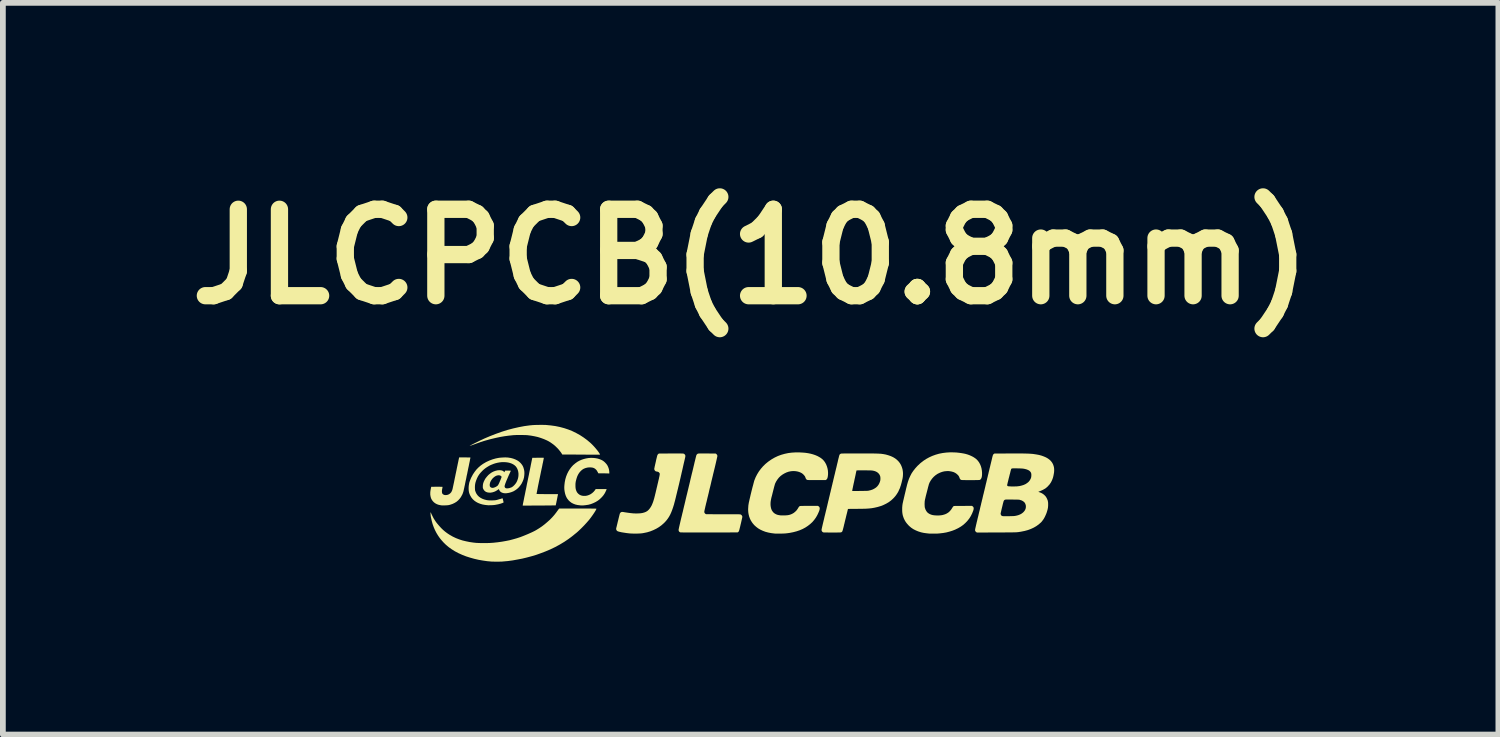
<source format=kicad_pcb>
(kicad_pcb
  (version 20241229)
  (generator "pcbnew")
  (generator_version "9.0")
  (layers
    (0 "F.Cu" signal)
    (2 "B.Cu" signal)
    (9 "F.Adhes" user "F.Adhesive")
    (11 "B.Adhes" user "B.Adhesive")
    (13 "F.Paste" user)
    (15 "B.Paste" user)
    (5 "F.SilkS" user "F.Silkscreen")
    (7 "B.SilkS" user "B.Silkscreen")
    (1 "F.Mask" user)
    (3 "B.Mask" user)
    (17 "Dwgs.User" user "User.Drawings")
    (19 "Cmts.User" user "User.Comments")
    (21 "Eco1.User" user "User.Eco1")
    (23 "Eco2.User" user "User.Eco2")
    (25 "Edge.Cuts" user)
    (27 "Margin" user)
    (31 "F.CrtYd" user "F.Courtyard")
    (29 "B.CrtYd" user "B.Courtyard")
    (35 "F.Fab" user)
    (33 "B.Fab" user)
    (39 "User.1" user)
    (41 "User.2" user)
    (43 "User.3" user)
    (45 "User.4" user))
  (footprint "JLCPCB(10.8mm)"
    (layer "F.Cu")
    (at 9.979 5.404)
    (property "Reference" "JLCPCB(10.8mm)" (at 0 -4 0) (layer "F.SilkS") (effects (font (size 1.5 1.5) (thickness 0.3))))
    (attr board_only exclude_from_pos_files exclude_from_bom)
    (fp_poly (pts (xy -3.647 -0.509) (xy -3.629 -0.509) (xy -3.614 -0.509) (xy -3.602 -0.509) (xy -3.594 -0.508) (xy -3.59 -0.508) (xy -3.59 -0.508) (xy -3.59 -0.504) (xy -3.592 -0.497) (xy -3.594 -0.485) (xy -3.597 -0.469) (xy -3.601 -0.45) (xy -3.605 -0.428) (xy -3.611 -0.403) (xy -3.616 -0.376) (xy -3.622 -0.346) (xy -3.629 -0.315) (xy -3.636 -0.282) (xy -3.643 -0.248) (xy -3.649 -0.218) (xy -3.657 -0.179) (xy -3.665 -0.14) (xy -3.673 -0.103) (xy -3.68 -0.068) (xy -3.687 -0.035) (xy -3.693 -0.005) (xy -3.698 0.023) (xy -3.703 0.048) (xy -3.707 0.07) (xy -3.711 0.088) (xy -3.713 0.102) (xy -3.715 0.112) (xy -3.716 0.118) (xy -3.716 0.12) (xy -3.713 0.12) (xy -3.706 0.12) (xy -3.695 0.12) (xy -3.68 0.121) (xy -3.662 0.121) (xy -3.64 0.121) (xy -3.616 0.121) (xy -3.59 0.122) (xy -3.561 0.122) (xy -3.532 0.122) (xy -3.529 0.122) (xy -3.344 0.123) (xy -3.345 0.129) (xy -3.346 0.133) (xy -3.347 0.141) (xy -3.35 0.153) (xy -3.353 0.168) (xy -3.356 0.185) (xy -3.36 0.204) (xy -3.364 0.225) (xy -3.364 0.226) (xy -3.369 0.247) (xy -3.372 0.265) (xy -3.376 0.282) (xy -3.379 0.296) (xy -3.381 0.307) (xy -3.383 0.314) (xy -3.383 0.318) (xy -3.383 0.318) (xy -3.386 0.318) (xy -3.393 0.318) (xy -3.405 0.318) (xy -3.42 0.318) (xy -3.439 0.318) (xy -3.462 0.319) (xy -3.487 0.319) (xy -3.516 0.319) (xy -3.547 0.319) (xy -3.58 0.32) (xy -3.614 0.32) (xy -3.651 0.32) (xy -3.67 0.32) (xy -3.956 0.322) (xy -3.956 0.316) (xy -3.956 0.312) (xy -3.954 0.303) (xy -3.952 0.292) (xy -3.95 0.278) (xy -3.946 0.263) (xy -3.945 0.257) (xy -3.943 0.247) (xy -3.94 0.232) (xy -3.936 0.213) (xy -3.932 0.191) (xy -3.927 0.166) (xy -3.921 0.139) (xy -3.915 0.109) (xy -3.909 0.078) (xy -3.902 0.045) (xy -3.895 0.012) (xy -3.89 -0.015) (xy -3.883 -0.052) (xy -3.875 -0.089) (xy -3.867 -0.128) (xy -3.859 -0.167) (xy -3.851 -0.205) (xy -3.844 -0.242) (xy -3.837 -0.277) (xy -3.83 -0.31) (xy -3.824 -0.34) (xy -3.819 -0.365) (xy -3.818 -0.372) (xy -3.79 -0.508) (xy -3.69 -0.509) (xy -3.667 -0.509)) (stroke (width 0) (type solid)) (fill yes) (layer "F.SilkS"))
    (fp_poly (pts (xy -3.593 -1.079) (xy -3.57 -1.079) (xy -3.553 -1.078) (xy -3.47 -1.07) (xy -3.39 -1.059) (xy -3.312 -1.043) (xy -3.237 -1.023) (xy -3.165 -0.999) (xy -3.095 -0.971) (xy -3.028 -0.938) (xy -2.963 -0.902) (xy -2.9 -0.861) (xy -2.839 -0.816) (xy -2.781 -0.767) (xy -2.779 -0.765) (xy -2.762 -0.749) (xy -2.744 -0.731) (xy -2.725 -0.711) (xy -2.706 -0.69) (xy -2.687 -0.668) (xy -2.67 -0.647) (xy -2.654 -0.627) (xy -2.64 -0.608) (xy -2.629 -0.591) (xy -2.62 -0.577) (xy -2.619 -0.575) (xy -2.614 -0.564) (xy -2.62 -0.563) (xy -2.624 -0.563) (xy -2.631 -0.563) (xy -2.644 -0.563) (xy -2.66 -0.563) (xy -2.68 -0.563) (xy -2.703 -0.563) (xy -2.73 -0.563) (xy -2.759 -0.563) (xy -2.791 -0.563) (xy -2.825 -0.563) (xy -2.861 -0.563) (xy -2.899 -0.564) (xy -2.938 -0.564) (xy -2.948 -0.564) (xy -3.27 -0.565) (xy -3.278 -0.579) (xy -3.291 -0.599) (xy -3.308 -0.621) (xy -3.326 -0.644) (xy -3.346 -0.667) (xy -3.367 -0.688) (xy -3.387 -0.707) (xy -3.39 -0.711) (xy -3.42 -0.736) (xy -3.45 -0.758) (xy -3.479 -0.778) (xy -3.511 -0.797) (xy -3.539 -0.811) (xy -3.589 -0.833) (xy -3.641 -0.852) (xy -3.695 -0.869) (xy -3.753 -0.882) (xy -3.814 -0.893) (xy -3.878 -0.901) (xy -3.884 -0.901) (xy -3.897 -0.902) (xy -3.914 -0.903) (xy -3.935 -0.903) (xy -3.958 -0.904) (xy -3.982 -0.904) (xy -4.008 -0.904) (xy -4.033 -0.904) (xy -4.057 -0.904) (xy -4.079 -0.903) (xy -4.098 -0.902) (xy -4.114 -0.901) (xy -4.118 -0.901) (xy -4.195 -0.893) (xy -4.27 -0.883) (xy -4.346 -0.87) (xy -4.422 -0.854) (xy -4.501 -0.835) (xy -4.538 -0.826) (xy -4.569 -0.817) (xy -4.598 -0.809) (xy -4.626 -0.801) (xy -4.653 -0.792) (xy -4.682 -0.783) (xy -4.712 -0.772) (xy -4.744 -0.761) (xy -4.779 -0.748) (xy -4.816 -0.735) (xy -4.832 -0.729) (xy -4.847 -0.724) (xy -4.859 -0.72) (xy -4.868 -0.716) (xy -4.874 -0.715) (xy -4.876 -0.714) (xy -4.875 -0.716) (xy -4.871 -0.719) (xy -4.862 -0.724) (xy -4.85 -0.731) (xy -4.836 -0.738) (xy -4.819 -0.747) (xy -4.8 -0.757) (xy -4.779 -0.767) (xy -4.757 -0.778) (xy -4.734 -0.789) (xy -4.711 -0.801) (xy -4.688 -0.812) (xy -4.666 -0.822) (xy -4.644 -0.832) (xy -4.626 -0.841) (xy -4.522 -0.885) (xy -4.419 -0.925) (xy -4.318 -0.961) (xy -4.219 -0.992) (xy -4.121 -1.018) (xy -4.024 -1.04) (xy -3.929 -1.058) (xy -3.834 -1.071) (xy -3.8 -1.074) (xy -3.781 -1.076) (xy -3.758 -1.077) (xy -3.732 -1.078) (xy -3.704 -1.079) (xy -3.675 -1.079) (xy -3.646 -1.08) (xy -3.619 -1.08)) (stroke (width 0) (type solid)) (fill yes) (layer "F.SilkS"))
    (fp_poly (pts (xy -2.733 -0.506) (xy -2.694 -0.502) (xy -2.656 -0.495) (xy -2.621 -0.484) (xy -2.594 -0.473) (xy -2.569 -0.46) (xy -2.548 -0.445) (xy -2.528 -0.427) (xy -2.505 -0.402) (xy -2.486 -0.375) (xy -2.472 -0.345) (xy -2.461 -0.313) (xy -2.455 -0.279) (xy -2.454 -0.265) (xy -2.453 -0.236) (xy -2.525 -0.238) (xy -2.545 -0.238) (xy -2.565 -0.238) (xy -2.583 -0.239) (xy -2.6 -0.239) (xy -2.613 -0.239) (xy -2.622 -0.239) (xy -2.623 -0.239) (xy -2.635 -0.239) (xy -2.643 -0.24) (xy -2.647 -0.241) (xy -2.648 -0.242) (xy -2.649 -0.248) (xy -2.653 -0.257) (xy -2.659 -0.267) (xy -2.665 -0.278) (xy -2.672 -0.289) (xy -2.679 -0.298) (xy -2.683 -0.302) (xy -2.699 -0.317) (xy -2.717 -0.328) (xy -2.737 -0.336) (xy -2.76 -0.34) (xy -2.786 -0.342) (xy -2.802 -0.342) (xy -2.836 -0.338) (xy -2.867 -0.33) (xy -2.897 -0.318) (xy -2.924 -0.301) (xy -2.948 -0.28) (xy -2.971 -0.254) (xy -2.99 -0.226) (xy -3.001 -0.205) (xy -3.012 -0.18) (xy -3.021 -0.153) (xy -3.029 -0.124) (xy -3.036 -0.096) (xy -3.039 -0.074) (xy -3.041 -0.056) (xy -3.041 -0.036) (xy -3.041 -0.015) (xy -3.04 0.005) (xy -3.038 0.023) (xy -3.035 0.039) (xy -3.034 0.042) (xy -3.025 0.069) (xy -3.012 0.093) (xy -2.996 0.112) (xy -2.976 0.129) (xy -2.954 0.141) (xy -2.933 0.148) (xy -2.919 0.151) (xy -2.901 0.153) (xy -2.882 0.153) (xy -2.862 0.152) (xy -2.845 0.149) (xy -2.836 0.147) (xy -2.806 0.137) (xy -2.776 0.122) (xy -2.749 0.103) (xy -2.725 0.081) (xy -2.704 0.056) (xy -2.701 0.051) (xy -2.689 0.034) (xy -2.595 0.034) (xy -2.568 0.034) (xy -2.546 0.034) (xy -2.529 0.034) (xy -2.515 0.035) (xy -2.507 0.035) (xy -2.502 0.036) (xy -2.5 0.036) (xy -2.501 0.041) (xy -2.504 0.048) (xy -2.508 0.058) (xy -2.513 0.069) (xy -2.519 0.081) (xy -2.524 0.092) (xy -2.529 0.101) (xy -2.53 0.104) (xy -2.555 0.142) (xy -2.584 0.176) (xy -2.616 0.207) (xy -2.651 0.235) (xy -2.689 0.258) (xy -2.73 0.278) (xy -2.773 0.295) (xy -2.818 0.307) (xy -2.866 0.314) (xy -2.886 0.316) (xy -2.903 0.318) (xy -2.915 0.318) (xy -2.927 0.319) (xy -2.938 0.318) (xy -2.951 0.318) (xy -2.966 0.316) (xy -3.007 0.311) (xy -3.044 0.302) (xy -3.078 0.289) (xy -3.109 0.273) (xy -3.137 0.252) (xy -3.162 0.228) (xy -3.183 0.201) (xy -3.2 0.172) (xy -3.212 0.143) (xy -3.222 0.11) (xy -3.229 0.075) (xy -3.234 0.038) (xy -3.235 0.001) (xy -3.233 -0.031) (xy -3.227 -0.084) (xy -3.217 -0.135) (xy -3.203 -0.183) (xy -3.185 -0.229) (xy -3.164 -0.271) (xy -3.139 -0.311) (xy -3.111 -0.348) (xy -3.08 -0.382) (xy -3.045 -0.411) (xy -3.008 -0.438) (xy -2.972 -0.458) (xy -2.935 -0.474) (xy -2.896 -0.487) (xy -2.856 -0.497) (xy -2.815 -0.504) (xy -2.774 -0.507)) (stroke (width 0) (type solid)) (fill yes) (layer "F.SilkS"))
    (fp_poly (pts (xy -4.94 -0.515) (xy -4.921 -0.514) (xy -4.903 -0.514) (xy -4.888 -0.514) (xy -4.876 -0.514) (xy -4.868 -0.513) (xy -4.864 -0.513) (xy -4.864 -0.513) (xy -4.864 -0.51) (xy -4.865 -0.503) (xy -4.868 -0.492) (xy -4.871 -0.477) (xy -4.874 -0.459) (xy -4.878 -0.439) (xy -4.883 -0.416) (xy -4.888 -0.391) (xy -4.893 -0.365) (xy -4.899 -0.338) (xy -4.905 -0.31) (xy -4.91 -0.283) (xy -4.916 -0.255) (xy -4.921 -0.228) (xy -4.927 -0.203) (xy -4.932 -0.179) (xy -4.936 -0.156) (xy -4.938 -0.147) (xy -4.943 -0.123) (xy -4.949 -0.097) (xy -4.954 -0.071) (xy -4.959 -0.045) (xy -4.964 -0.022) (xy -4.969 -0.001) (xy -4.97 0.007) (xy -4.976 0.032) (xy -4.98 0.052) (xy -4.984 0.069) (xy -4.988 0.084) (xy -4.993 0.098) (xy -4.997 0.11) (xy -5.002 0.122) (xy -5.008 0.135) (xy -5.01 0.138) (xy -5.029 0.173) (xy -5.052 0.204) (xy -5.078 0.232) (xy -5.107 0.256) (xy -5.14 0.276) (xy -5.176 0.293) (xy -5.215 0.306) (xy -5.237 0.312) (xy -5.251 0.314) (xy -5.269 0.316) (xy -5.29 0.317) (xy -5.311 0.318) (xy -5.333 0.318) (xy -5.353 0.318) (xy -5.37 0.317) (xy -5.381 0.315) (xy -5.415 0.308) (xy -5.446 0.297) (xy -5.474 0.282) (xy -5.498 0.264) (xy -5.518 0.243) (xy -5.535 0.219) (xy -5.548 0.193) (xy -5.556 0.163) (xy -5.561 0.132) (xy -5.561 0.098) (xy -5.56 0.083) (xy -5.558 0.066) (xy -5.555 0.048) (xy -5.552 0.033) (xy -5.55 0.02) (xy -5.547 0.009) (xy -5.546 0.001) (xy -5.545 -0.004) (xy -5.545 -0.005) (xy -5.542 -0.005) (xy -5.536 -0.005) (xy -5.525 -0.005) (xy -5.511 -0.005) (xy -5.494 -0.005) (xy -5.475 -0.006) (xy -5.454 -0.006) (xy -5.446 -0.006) (xy -5.422 -0.006) (xy -5.402 -0.006) (xy -5.386 -0.005) (xy -5.373 -0.005) (xy -5.364 -0.005) (xy -5.357 -0.005) (xy -5.353 -0.004) (xy -5.35 -0.004) (xy -5.349 -0.003) (xy -5.348 -0.002) (xy -5.348 -0.001) (xy -5.349 0.004) (xy -5.35 0.012) (xy -5.352 0.022) (xy -5.353 0.028) (xy -5.357 0.049) (xy -5.359 0.069) (xy -5.358 0.086) (xy -5.356 0.101) (xy -5.354 0.108) (xy -5.346 0.12) (xy -5.334 0.129) (xy -5.319 0.136) (xy -5.301 0.139) (xy -5.282 0.138) (xy -5.276 0.138) (xy -5.252 0.132) (xy -5.232 0.122) (xy -5.214 0.108) (xy -5.199 0.091) (xy -5.197 0.089) (xy -5.192 0.079) (xy -5.187 0.07) (xy -5.183 0.06) (xy -5.179 0.049) (xy -5.175 0.036) (xy -5.171 0.019) (xy -5.167 -0.002) (xy -5.166 -0.004) (xy -5.164 -0.016) (xy -5.16 -0.033) (xy -5.156 -0.053) (xy -5.151 -0.075) (xy -5.146 -0.099) (xy -5.141 -0.124) (xy -5.136 -0.15) (xy -5.133 -0.164) (xy -5.127 -0.192) (xy -5.121 -0.223) (xy -5.114 -0.255) (xy -5.107 -0.288) (xy -5.101 -0.319) (xy -5.095 -0.349) (xy -5.089 -0.375) (xy -5.089 -0.378) (xy -5.083 -0.406) (xy -5.078 -0.429) (xy -5.074 -0.448) (xy -5.071 -0.464) (xy -5.068 -0.477) (xy -5.066 -0.487) (xy -5.064 -0.495) (xy -5.063 -0.502) (xy -5.062 -0.507) (xy -5.061 -0.509) (xy -5.06 -0.515) (xy -4.962 -0.515)) (stroke (width 0) (type solid)) (fill yes) (layer "F.SilkS"))
    (fp_poly (pts (xy -2.954 0.373) (xy -2.912 0.373) (xy -2.875 0.373) (xy -2.841 0.373) (xy -2.812 0.373) (xy -2.786 0.373) (xy -2.764 0.373) (xy -2.745 0.374) (xy -2.729 0.374) (xy -2.716 0.374) (xy -2.705 0.374) (xy -2.696 0.374) (xy -2.69 0.375) (xy -2.685 0.375) (xy -2.681 0.375) (xy -2.679 0.376) (xy -2.678 0.376) (xy -2.677 0.377) (xy -2.677 0.377) (xy -2.679 0.383) (xy -2.683 0.391) (xy -2.689 0.403) (xy -2.697 0.417) (xy -2.707 0.433) (xy -2.718 0.45) (xy -2.73 0.468) (xy -2.743 0.487) (xy -2.756 0.505) (xy -2.768 0.522) (xy -2.804 0.569) (xy -2.845 0.616) (xy -2.889 0.664) (xy -2.936 0.712) (xy -2.986 0.76) (xy -2.997 0.77) (xy -3.008 0.78) (xy -3.022 0.792) (xy -3.038 0.805) (xy -3.057 0.82) (xy -3.076 0.836) (xy -3.095 0.851) (xy -3.114 0.866) (xy -3.132 0.879) (xy -3.148 0.891) (xy -3.16 0.9) (xy -3.234 0.95) (xy -3.312 0.997) (xy -3.393 1.041) (xy -3.478 1.082) (xy -3.566 1.119) (xy -3.659 1.154) (xy -3.721 1.176) (xy -3.801 1.2) (xy -3.883 1.222) (xy -3.966 1.242) (xy -4.05 1.258) (xy -4.133 1.273) (xy -4.215 1.284) (xy -4.295 1.291) (xy -4.315 1.293) (xy -4.333 1.294) (xy -4.355 1.294) (xy -4.379 1.295) (xy -4.405 1.295) (xy -4.431 1.295) (xy -4.456 1.294) (xy -4.478 1.294) (xy -4.497 1.293) (xy -4.498 1.293) (xy -4.574 1.286) (xy -4.65 1.275) (xy -4.724 1.262) (xy -4.798 1.245) (xy -4.869 1.225) (xy -4.938 1.203) (xy -5.003 1.178) (xy -5.014 1.173) (xy -5.076 1.145) (xy -5.134 1.114) (xy -5.188 1.08) (xy -5.239 1.044) (xy -5.286 1.005) (xy -5.33 0.962) (xy -5.371 0.916) (xy -5.396 0.885) (xy -5.426 0.842) (xy -5.454 0.796) (xy -5.479 0.747) (xy -5.501 0.696) (xy -5.52 0.643) (xy -5.535 0.589) (xy -5.547 0.534) (xy -5.55 0.522) (xy -5.552 0.508) (xy -5.554 0.493) (xy -5.555 0.479) (xy -5.556 0.466) (xy -5.557 0.454) (xy -5.557 0.445) (xy -5.557 0.439) (xy -5.556 0.437) (xy -5.555 0.439) (xy -5.551 0.445) (xy -5.547 0.453) (xy -5.543 0.461) (xy -5.534 0.481) (xy -5.526 0.497) (xy -5.519 0.511) (xy -5.513 0.523) (xy -5.507 0.535) (xy -5.5 0.547) (xy -5.493 0.558) (xy -5.481 0.577) (xy -5.47 0.594) (xy -5.458 0.611) (xy -5.444 0.629) (xy -5.428 0.648) (xy -5.41 0.669) (xy -5.404 0.676) (xy -5.371 0.712) (xy -5.338 0.744) (xy -5.304 0.773) (xy -5.268 0.8) (xy -5.229 0.826) (xy -5.217 0.833) (xy -5.168 0.861) (xy -5.115 0.886) (xy -5.061 0.907) (xy -5.003 0.926) (xy -4.941 0.941) (xy -4.877 0.954) (xy -4.808 0.964) (xy -4.779 0.967) (xy -4.759 0.969) (xy -4.735 0.97) (xy -4.708 0.971) (xy -4.678 0.972) (xy -4.647 0.972) (xy -4.615 0.972) (xy -4.583 0.972) (xy -4.551 0.971) (xy -4.522 0.97) (xy -4.495 0.968) (xy -4.471 0.967) (xy -4.465 0.966) (xy -4.39 0.958) (xy -4.319 0.948) (xy -4.251 0.936) (xy -4.185 0.923) (xy -4.121 0.906) (xy -4.058 0.888) (xy -3.994 0.867) (xy -3.93 0.842) (xy -3.865 0.815) (xy -3.8 0.786) (xy -3.783 0.778) (xy -3.765 0.769) (xy -3.747 0.76) (xy -3.731 0.751) (xy -3.722 0.746) (xy -3.673 0.716) (xy -3.624 0.683) (xy -3.577 0.647) (xy -3.531 0.608) (xy -3.486 0.568) (xy -3.445 0.526) (xy -3.407 0.483) (xy -3.373 0.439) (xy -3.356 0.415) (xy -3.348 0.405) (xy -3.341 0.395) (xy -3.335 0.386) (xy -3.331 0.381) (xy -3.324 0.373) (xy -3.001 0.373)) (stroke (width 0) (type solid)) (fill yes) (layer "F.SilkS"))
    (fp_poly (pts (xy -1.276 -0.583) (xy -1.249 -0.583) (xy -1.226 -0.583) (xy -1.208 -0.583) (xy -1.192 -0.582) (xy -1.181 -0.582) (xy -1.173 -0.582) (xy -1.168 -0.581) (xy -1.167 -0.581) (xy -1.153 -0.575) (xy -1.143 -0.565) (xy -1.138 -0.558) (xy -1.135 -0.55) (xy -1.133 -0.541) (xy -1.134 -0.531) (xy -1.136 -0.518) (xy -1.138 -0.509) (xy -1.141 -0.497) (xy -1.144 -0.482) (xy -1.149 -0.462) (xy -1.154 -0.44) (xy -1.16 -0.415) (xy -1.166 -0.389) (xy -1.172 -0.362) (xy -1.178 -0.335) (xy -1.184 -0.308) (xy -1.19 -0.282) (xy -1.196 -0.257) (xy -1.201 -0.235) (xy -1.205 -0.216) (xy -1.208 -0.204) (xy -1.216 -0.168) (xy -1.225 -0.13) (xy -1.234 -0.092) (xy -1.243 -0.052) (xy -1.253 -0.012) (xy -1.262 0.027) (xy -1.272 0.066) (xy -1.281 0.104) (xy -1.29 0.14) (xy -1.298 0.174) (xy -1.306 0.206) (xy -1.313 0.235) (xy -1.32 0.26) (xy -1.326 0.282) (xy -1.33 0.299) (xy -1.331 0.302) (xy -1.347 0.353) (xy -1.363 0.399) (xy -1.38 0.442) (xy -1.398 0.481) (xy -1.418 0.517) (xy -1.44 0.55) (xy -1.463 0.58) (xy -1.489 0.609) (xy -1.507 0.627) (xy -1.548 0.663) (xy -1.592 0.695) (xy -1.639 0.723) (xy -1.689 0.747) (xy -1.741 0.768) (xy -1.797 0.785) (xy -1.855 0.797) (xy -1.877 0.801) (xy -1.894 0.803) (xy -1.915 0.805) (xy -1.938 0.806) (xy -1.964 0.807) (xy -1.991 0.808) (xy -2.018 0.808) (xy -2.044 0.807) (xy -2.069 0.806) (xy -2.09 0.805) (xy -2.095 0.805) (xy -2.121 0.802) (xy -2.148 0.799) (xy -2.175 0.795) (xy -2.201 0.791) (xy -2.226 0.787) (xy -2.249 0.783) (xy -2.269 0.778) (xy -2.287 0.774) (xy -2.301 0.769) (xy -2.312 0.765) (xy -2.315 0.763) (xy -2.323 0.756) (xy -2.33 0.745) (xy -2.334 0.734) (xy -2.335 0.723) (xy -2.335 0.722) (xy -2.334 0.717) (xy -2.332 0.708) (xy -2.329 0.696) (xy -2.325 0.681) (xy -2.321 0.663) (xy -2.316 0.643) (xy -2.311 0.622) (xy -2.306 0.6) (xy -2.3 0.578) (xy -2.295 0.556) (xy -2.29 0.535) (xy -2.285 0.516) (xy -2.281 0.499) (xy -2.277 0.484) (xy -2.274 0.472) (xy -2.272 0.464) (xy -2.271 0.461) (xy -2.266 0.452) (xy -2.26 0.444) (xy -2.252 0.437) (xy -2.251 0.437) (xy -2.245 0.434) (xy -2.237 0.432) (xy -2.229 0.432) (xy -2.218 0.432) (xy -2.204 0.434) (xy -2.194 0.436) (xy -2.135 0.445) (xy -2.081 0.452) (xy -2.03 0.457) (xy -1.984 0.458) (xy -1.942 0.457) (xy -1.904 0.454) (xy -1.871 0.448) (xy -1.841 0.439) (xy -1.821 0.431) (xy -1.796 0.417) (xy -1.774 0.398) (xy -1.754 0.375) (xy -1.735 0.348) (xy -1.717 0.316) (xy -1.702 0.28) (xy -1.694 0.259) (xy -1.69 0.247) (xy -1.686 0.234) (xy -1.682 0.221) (xy -1.678 0.207) (xy -1.673 0.191) (xy -1.669 0.173) (xy -1.663 0.152) (xy -1.658 0.129) (xy -1.651 0.102) (xy -1.644 0.071) (xy -1.635 0.035) (xy -1.634 0.028) (xy -1.624 -0.012) (xy -1.616 -0.048) (xy -1.608 -0.08) (xy -1.602 -0.108) (xy -1.596 -0.132) (xy -1.591 -0.153) (xy -1.588 -0.171) (xy -1.584 -0.186) (xy -1.582 -0.198) (xy -1.58 -0.208) (xy -1.579 -0.216) (xy -1.578 -0.223) (xy -1.578 -0.228) (xy -1.578 -0.232) (xy -1.579 -0.235) (xy -1.58 -0.238) (xy -1.581 -0.24) (xy -1.582 -0.242) (xy -1.584 -0.245) (xy -1.584 -0.245) (xy -1.592 -0.255) (xy -1.604 -0.263) (xy -1.616 -0.267) (xy -1.626 -0.269) (xy -1.64 -0.271) (xy -1.653 -0.277) (xy -1.663 -0.287) (xy -1.67 -0.299) (xy -1.673 -0.313) (xy -1.672 -0.327) (xy -1.67 -0.333) (xy -1.668 -0.344) (xy -1.666 -0.356) (xy -1.662 -0.37) (xy -1.661 -0.378) (xy -1.653 -0.412) (xy -1.646 -0.442) (xy -1.641 -0.467) (xy -1.636 -0.489) (xy -1.631 -0.507) (xy -1.628 -0.521) (xy -1.625 -0.533) (xy -1.622 -0.542) (xy -1.62 -0.55) (xy -1.619 -0.555) (xy -1.617 -0.558) (xy -1.617 -0.558) (xy -1.61 -0.568) (xy -1.602 -0.576) (xy -1.592 -0.582) (xy -1.384 -0.583) (xy -1.344 -0.583) (xy -1.308 -0.583)) (stroke (width 0) (type solid)) (fill yes) (layer "F.SilkS"))
    (fp_poly (pts (xy -0.803 -0.583) (xy -0.775 -0.583) (xy -0.757 -0.583) (xy -0.608 -0.582) (xy -0.598 -0.576) (xy -0.589 -0.567) (xy -0.582 -0.556) (xy -0.578 -0.544) (xy -0.577 -0.539) (xy -0.578 -0.535) (xy -0.58 -0.526) (xy -0.583 -0.512) (xy -0.587 -0.494) (xy -0.592 -0.472) (xy -0.598 -0.446) (xy -0.605 -0.415) (xy -0.613 -0.381) (xy -0.622 -0.343) (xy -0.632 -0.302) (xy -0.643 -0.257) (xy -0.655 -0.209) (xy -0.656 -0.202) (xy -0.662 -0.178) (xy -0.668 -0.153) (xy -0.674 -0.128) (xy -0.68 -0.105) (xy -0.685 -0.083) (xy -0.689 -0.064) (xy -0.693 -0.049) (xy -0.693 -0.047) (xy -0.696 -0.035) (xy -0.7 -0.018) (xy -0.705 0.002) (xy -0.711 0.025) (xy -0.717 0.05) (xy -0.723 0.077) (xy -0.729 0.104) (xy -0.736 0.131) (xy -0.738 0.141) (xy -0.749 0.184) (xy -0.758 0.223) (xy -0.766 0.257) (xy -0.774 0.287) (xy -0.78 0.314) (xy -0.786 0.337) (xy -0.79 0.357) (xy -0.794 0.374) (xy -0.797 0.388) (xy -0.8 0.4) (xy -0.802 0.41) (xy -0.803 0.417) (xy -0.804 0.423) (xy -0.805 0.428) (xy -0.805 0.431) (xy -0.805 0.434) (xy -0.805 0.435) (xy -0.8 0.448) (xy -0.792 0.459) (xy -0.783 0.466) (xy -0.773 0.471) (xy -0.478 0.472) (xy -0.433 0.472) (xy -0.394 0.472) (xy -0.358 0.472) (xy -0.327 0.472) (xy -0.3 0.472) (xy -0.276 0.472) (xy -0.256 0.472) (xy -0.238 0.472) (xy -0.224 0.472) (xy -0.212 0.472) (xy -0.202 0.473) (xy -0.194 0.473) (xy -0.188 0.473) (xy -0.183 0.474) (xy -0.179 0.474) (xy -0.177 0.475) (xy -0.174 0.475) (xy -0.173 0.476) (xy -0.173 0.476) (xy -0.161 0.484) (xy -0.151 0.496) (xy -0.147 0.506) (xy -0.146 0.509) (xy -0.145 0.511) (xy -0.145 0.513) (xy -0.145 0.516) (xy -0.145 0.52) (xy -0.146 0.525) (xy -0.147 0.532) (xy -0.149 0.541) (xy -0.152 0.553) (xy -0.155 0.567) (xy -0.159 0.585) (xy -0.164 0.607) (xy -0.17 0.633) (xy -0.175 0.653) (xy -0.18 0.675) (xy -0.185 0.696) (xy -0.19 0.715) (xy -0.194 0.732) (xy -0.198 0.746) (xy -0.201 0.756) (xy -0.203 0.762) (xy -0.203 0.764) (xy -0.208 0.771) (xy -0.214 0.778) (xy -0.217 0.78) (xy -0.226 0.787) (xy -0.722 0.788) (xy -0.782 0.788) (xy -0.836 0.788) (xy -0.887 0.788) (xy -0.933 0.788) (xy -0.974 0.788) (xy -1.012 0.788) (xy -1.046 0.788) (xy -1.076 0.788) (xy -1.103 0.788) (xy -1.127 0.788) (xy -1.147 0.788) (xy -1.165 0.788) (xy -1.18 0.787) (xy -1.193 0.787) (xy -1.203 0.787) (xy -1.211 0.787) (xy -1.217 0.786) (xy -1.221 0.786) (xy -1.224 0.786) (xy -1.225 0.785) (xy -1.237 0.777) (xy -1.246 0.766) (xy -1.25 0.753) (xy -1.251 0.743) (xy -1.251 0.739) (xy -1.249 0.732) (xy -1.247 0.721) (xy -1.244 0.706) (xy -1.24 0.688) (xy -1.235 0.666) (xy -1.229 0.64) (xy -1.222 0.61) (xy -1.214 0.575) (xy -1.205 0.537) (xy -1.194 0.493) (xy -1.183 0.445) (xy -1.182 0.444) (xy -1.176 0.42) (xy -1.17 0.392) (xy -1.163 0.363) (xy -1.156 0.333) (xy -1.149 0.305) (xy -1.143 0.28) (xy -1.143 0.278) (xy -1.137 0.255) (xy -1.131 0.228) (xy -1.124 0.199) (xy -1.117 0.169) (xy -1.11 0.14) (xy -1.103 0.113) (xy -1.101 0.104) (xy -1.095 0.079) (xy -1.088 0.05) (xy -1.081 0.021) (xy -1.074 -0.009) (xy -1.067 -0.037) (xy -1.061 -0.062) (xy -1.059 -0.071) (xy -1.053 -0.095) (xy -1.047 -0.123) (xy -1.04 -0.153) (xy -1.033 -0.182) (xy -1.026 -0.211) (xy -1.02 -0.236) (xy -1.019 -0.24) (xy -1.013 -0.262) (xy -1.007 -0.288) (xy -1 -0.316) (xy -0.993 -0.346) (xy -0.986 -0.376) (xy -0.979 -0.405) (xy -0.973 -0.432) (xy -0.972 -0.436) (xy -0.966 -0.458) (xy -0.961 -0.48) (xy -0.956 -0.5) (xy -0.952 -0.517) (xy -0.948 -0.532) (xy -0.945 -0.543) (xy -0.943 -0.551) (xy -0.942 -0.554) (xy -0.934 -0.567) (xy -0.923 -0.576) (xy -0.916 -0.58) (xy -0.913 -0.581) (xy -0.91 -0.581) (xy -0.905 -0.582) (xy -0.898 -0.582) (xy -0.89 -0.583) (xy -0.879 -0.583) (xy -0.865 -0.583) (xy -0.848 -0.583) (xy -0.828 -0.583)) (stroke (width 0) (type solid)) (fill yes) (layer "F.SilkS"))
    (fp_poly (pts (xy 3.528 -0.602) (xy 3.573 -0.6) (xy 3.618 -0.595) (xy 3.661 -0.589) (xy 3.701 -0.582) (xy 3.729 -0.576) (xy 3.76 -0.567) (xy 3.792 -0.556) (xy 3.822 -0.543) (xy 3.851 -0.529) (xy 3.877 -0.514) (xy 3.884 -0.509) (xy 3.914 -0.487) (xy 3.94 -0.461) (xy 3.962 -0.432) (xy 3.98 -0.4) (xy 3.995 -0.365) (xy 4.006 -0.327) (xy 4.013 -0.287) (xy 4.016 -0.251) (xy 4.016 -0.219) (xy 4.014 -0.193) (xy 4.01 -0.17) (xy 4.003 -0.152) (xy 3.995 -0.138) (xy 3.985 -0.129) (xy 3.975 -0.124) (xy 3.97 -0.123) (xy 3.962 -0.123) (xy 3.949 -0.122) (xy 3.933 -0.122) (xy 3.914 -0.122) (xy 3.893 -0.121) (xy 3.87 -0.121) (xy 3.846 -0.121) (xy 3.822 -0.121) (xy 3.797 -0.121) (xy 3.773 -0.121) (xy 3.749 -0.121) (xy 3.727 -0.121) (xy 3.707 -0.122) (xy 3.69 -0.122) (xy 3.675 -0.122) (xy 3.665 -0.123) (xy 3.658 -0.123) (xy 3.657 -0.124) (xy 3.645 -0.129) (xy 3.635 -0.139) (xy 3.628 -0.152) (xy 3.626 -0.157) (xy 3.62 -0.175) (xy 3.612 -0.19) (xy 3.601 -0.205) (xy 3.595 -0.211) (xy 3.573 -0.231) (xy 3.548 -0.248) (xy 3.519 -0.261) (xy 3.487 -0.27) (xy 3.451 -0.276) (xy 3.432 -0.278) (xy 3.397 -0.277) (xy 3.36 -0.273) (xy 3.324 -0.264) (xy 3.288 -0.251) (xy 3.253 -0.234) (xy 3.243 -0.229) (xy 3.208 -0.205) (xy 3.177 -0.178) (xy 3.15 -0.148) (xy 3.126 -0.115) (xy 3.106 -0.08) (xy 3.095 -0.053) (xy 3.093 -0.047) (xy 3.09 -0.037) (xy 3.087 -0.024) (xy 3.082 -0.007) (xy 3.077 0.012) (xy 3.072 0.033) (xy 3.066 0.055) (xy 3.06 0.079) (xy 3.054 0.102) (xy 3.048 0.125) (xy 3.042 0.148) (xy 3.037 0.169) (xy 3.033 0.187) (xy 3.029 0.204) (xy 3.026 0.217) (xy 3.024 0.226) (xy 3.024 0.228) (xy 3.021 0.244) (xy 3.02 0.263) (xy 3.019 0.283) (xy 3.019 0.304) (xy 3.02 0.324) (xy 3.021 0.342) (xy 3.023 0.356) (xy 3.025 0.362) (xy 3.035 0.391) (xy 3.048 0.415) (xy 3.064 0.437) (xy 3.084 0.454) (xy 3.107 0.468) (xy 3.134 0.479) (xy 3.159 0.486) (xy 3.186 0.49) (xy 3.215 0.492) (xy 3.247 0.493) (xy 3.278 0.492) (xy 3.308 0.489) (xy 3.336 0.484) (xy 3.342 0.482) (xy 3.375 0.472) (xy 3.405 0.458) (xy 3.433 0.44) (xy 3.457 0.418) (xy 3.479 0.392) (xy 3.499 0.361) (xy 3.501 0.358) (xy 3.506 0.349) (xy 3.513 0.34) (xy 3.519 0.335) (xy 3.519 0.334) (xy 3.528 0.328) (xy 3.684 0.327) (xy 3.84 0.326) (xy 3.849 0.332) (xy 3.858 0.338) (xy 3.865 0.347) (xy 3.865 0.348) (xy 3.87 0.358) (xy 3.871 0.368) (xy 3.87 0.381) (xy 3.867 0.396) (xy 3.863 0.409) (xy 3.844 0.457) (xy 3.821 0.503) (xy 3.794 0.546) (xy 3.763 0.585) (xy 3.728 0.622) (xy 3.69 0.656) (xy 3.648 0.686) (xy 3.602 0.713) (xy 3.552 0.737) (xy 3.551 0.738) (xy 3.502 0.757) (xy 3.451 0.773) (xy 3.397 0.787) (xy 3.34 0.797) (xy 3.279 0.804) (xy 3.254 0.806) (xy 3.243 0.807) (xy 3.228 0.807) (xy 3.211 0.807) (xy 3.193 0.808) (xy 3.174 0.808) (xy 3.155 0.808) (xy 3.137 0.808) (xy 3.121 0.808) (xy 3.108 0.807) (xy 3.1 0.807) (xy 3.099 0.807) (xy 3.07 0.804) (xy 3.045 0.801) (xy 3.023 0.798) (xy 3.003 0.795) (xy 2.984 0.791) (xy 2.966 0.787) (xy 2.954 0.784) (xy 2.907 0.769) (xy 2.864 0.751) (xy 2.823 0.73) (xy 2.786 0.705) (xy 2.753 0.677) (xy 2.739 0.663) (xy 2.714 0.635) (xy 2.693 0.608) (xy 2.676 0.58) (xy 2.661 0.55) (xy 2.657 0.541) (xy 2.649 0.518) (xy 2.642 0.497) (xy 2.637 0.475) (xy 2.633 0.45) (xy 2.633 0.449) (xy 2.631 0.43) (xy 2.63 0.408) (xy 2.63 0.383) (xy 2.63 0.358) (xy 2.632 0.333) (xy 2.634 0.31) (xy 2.637 0.293) (xy 2.638 0.285) (xy 2.641 0.272) (xy 2.645 0.255) (xy 2.649 0.235) (xy 2.655 0.212) (xy 2.661 0.185) (xy 2.668 0.156) (xy 2.675 0.125) (xy 2.683 0.093) (xy 2.691 0.059) (xy 2.699 0.024) (xy 2.708 -0.011) (xy 2.714 -0.037) (xy 2.73 -0.092) (xy 2.748 -0.144) (xy 2.77 -0.193) (xy 2.794 -0.239) (xy 2.823 -0.282) (xy 2.856 -0.324) (xy 2.893 -0.365) (xy 2.901 -0.373) (xy 2.946 -0.415) (xy 2.994 -0.453) (xy 3.045 -0.487) (xy 3.098 -0.516) (xy 3.153 -0.541) (xy 3.211 -0.562) (xy 3.27 -0.579) (xy 3.332 -0.591) (xy 3.396 -0.599) (xy 3.462 -0.603) (xy 3.483 -0.603)) (stroke (width 0) (type solid)) (fill yes) (layer "F.SilkS"))
    (fp_poly (pts (xy 0.842 -0.602) (xy 0.897 -0.599) (xy 0.949 -0.595) (xy 0.997 -0.588) (xy 1.041 -0.579) (xy 1.082 -0.568) (xy 1.12 -0.555) (xy 1.156 -0.54) (xy 1.16 -0.538) (xy 1.184 -0.525) (xy 1.205 -0.513) (xy 1.223 -0.501) (xy 1.24 -0.487) (xy 1.251 -0.478) (xy 1.271 -0.456) (xy 1.288 -0.433) (xy 1.303 -0.407) (xy 1.309 -0.396) (xy 1.323 -0.361) (xy 1.333 -0.327) (xy 1.34 -0.291) (xy 1.343 -0.254) (xy 1.343 -0.227) (xy 1.341 -0.201) (xy 1.338 -0.179) (xy 1.334 -0.162) (xy 1.329 -0.148) (xy 1.322 -0.137) (xy 1.313 -0.129) (xy 1.312 -0.128) (xy 1.303 -0.122) (xy 1.148 -0.122) (xy 1.111 -0.122) (xy 1.079 -0.122) (xy 1.051 -0.122) (xy 1.028 -0.122) (xy 1.01 -0.122) (xy 0.996 -0.123) (xy 0.988 -0.123) (xy 0.984 -0.124) (xy 0.973 -0.129) (xy 0.963 -0.138) (xy 0.956 -0.151) (xy 0.953 -0.158) (xy 0.948 -0.173) (xy 0.942 -0.186) (xy 0.933 -0.198) (xy 0.922 -0.211) (xy 0.916 -0.217) (xy 0.905 -0.228) (xy 0.895 -0.235) (xy 0.886 -0.242) (xy 0.874 -0.248) (xy 0.871 -0.25) (xy 0.84 -0.263) (xy 0.806 -0.272) (xy 0.771 -0.277) (xy 0.735 -0.278) (xy 0.699 -0.275) (xy 0.664 -0.268) (xy 0.663 -0.268) (xy 0.624 -0.255) (xy 0.586 -0.237) (xy 0.551 -0.216) (xy 0.519 -0.192) (xy 0.49 -0.164) (xy 0.465 -0.132) (xy 0.443 -0.098) (xy 0.425 -0.062) (xy 0.423 -0.057) (xy 0.422 -0.053) (xy 0.421 -0.049) (xy 0.419 -0.044) (xy 0.417 -0.037) (xy 0.415 -0.029) (xy 0.412 -0.018) (xy 0.408 -0.005) (xy 0.404 0.012) (xy 0.399 0.031) (xy 0.393 0.054) (xy 0.386 0.082) (xy 0.378 0.113) (xy 0.375 0.126) (xy 0.367 0.157) (xy 0.36 0.183) (xy 0.355 0.207) (xy 0.351 0.227) (xy 0.348 0.245) (xy 0.346 0.262) (xy 0.345 0.278) (xy 0.345 0.294) (xy 0.345 0.309) (xy 0.345 0.312) (xy 0.349 0.345) (xy 0.356 0.375) (xy 0.366 0.401) (xy 0.381 0.424) (xy 0.398 0.444) (xy 0.42 0.461) (xy 0.445 0.474) (xy 0.448 0.475) (xy 0.464 0.481) (xy 0.48 0.485) (xy 0.497 0.488) (xy 0.517 0.491) (xy 0.539 0.492) (xy 0.565 0.492) (xy 0.595 0.492) (xy 0.621 0.49) (xy 0.644 0.488) (xy 0.665 0.484) (xy 0.684 0.479) (xy 0.702 0.472) (xy 0.717 0.466) (xy 0.747 0.449) (xy 0.773 0.428) (xy 0.797 0.404) (xy 0.817 0.376) (xy 0.821 0.369) (xy 0.828 0.357) (xy 0.834 0.348) (xy 0.839 0.341) (xy 0.843 0.337) (xy 0.847 0.334) (xy 0.851 0.331) (xy 0.854 0.33) (xy 0.856 0.329) (xy 0.859 0.329) (xy 0.863 0.328) (xy 0.869 0.328) (xy 0.876 0.327) (xy 0.885 0.327) (xy 0.897 0.327) (xy 0.912 0.327) (xy 0.931 0.326) (xy 0.953 0.326) (xy 0.979 0.326) (xy 1.009 0.326) (xy 1.014 0.326) (xy 1.167 0.326) (xy 1.178 0.333) (xy 1.189 0.342) (xy 1.196 0.354) (xy 1.199 0.368) (xy 1.197 0.384) (xy 1.197 0.387) (xy 1.192 0.406) (xy 1.184 0.427) (xy 1.174 0.45) (xy 1.163 0.474) (xy 1.151 0.497) (xy 1.138 0.519) (xy 1.131 0.531) (xy 1.102 0.571) (xy 1.069 0.609) (xy 1.032 0.643) (xy 0.992 0.674) (xy 0.948 0.703) (xy 0.901 0.728) (xy 0.85 0.75) (xy 0.796 0.768) (xy 0.739 0.783) (xy 0.679 0.795) (xy 0.636 0.801) (xy 0.609 0.804) (xy 0.579 0.806) (xy 0.547 0.807) (xy 0.515 0.808) (xy 0.482 0.808) (xy 0.452 0.808) (xy 0.424 0.807) (xy 0.412 0.806) (xy 0.357 0.799) (xy 0.305 0.789) (xy 0.256 0.776) (xy 0.211 0.759) (xy 0.168 0.739) (xy 0.129 0.716) (xy 0.094 0.689) (xy 0.062 0.66) (xy 0.034 0.627) (xy 0.02 0.607) (xy 0.000301 0.575) (xy -0.015 0.542) (xy -0.027 0.508) (xy -0.036 0.471) (xy -0.041 0.44) (xy -0.043 0.413) (xy -0.044 0.384) (xy -0.042 0.352) (xy -0.04 0.32) (xy -0.035 0.289) (xy -0.032 0.27) (xy -0.028 0.254) (xy -0.024 0.235) (xy -0.019 0.213) (xy -0.013 0.188) (xy -0.007 0.162) (xy -0.001 0.135) (xy 0.006 0.107) (xy 0.013 0.078) (xy 0.02 0.05) (xy 0.027 0.022) (xy 0.034 -0.005) (xy 0.041 -0.03) (xy 0.047 -0.053) (xy 0.052 -0.073) (xy 0.057 -0.09) (xy 0.06 -0.103) (xy 0.063 -0.113) (xy 0.064 -0.115) (xy 0.086 -0.17) (xy 0.112 -0.221) (xy 0.142 -0.27) (xy 0.176 -0.316) (xy 0.214 -0.36) (xy 0.256 -0.401) (xy 0.302 -0.439) (xy 0.313 -0.447) (xy 0.364 -0.482) (xy 0.418 -0.513) (xy 0.473 -0.539) (xy 0.53 -0.56) (xy 0.59 -0.577) (xy 0.651 -0.59) (xy 0.715 -0.598) (xy 0.781 -0.602)) (stroke (width 0) (type solid)) (fill yes) (layer "F.SilkS"))
    (fp_poly (pts (xy 1.881 -0.583) (xy 1.93 -0.583) (xy 1.974 -0.583) (xy 2.014 -0.583) (xy 2.05 -0.583) (xy 2.083 -0.583) (xy 2.112 -0.583) (xy 2.137 -0.583) (xy 2.16 -0.582) (xy 2.18 -0.582) (xy 2.198 -0.581) (xy 2.214 -0.581) (xy 2.228 -0.58) (xy 2.24 -0.579) (xy 2.252 -0.579) (xy 2.262 -0.578) (xy 2.272 -0.577) (xy 2.282 -0.575) (xy 2.292 -0.574) (xy 2.295 -0.574) (xy 2.344 -0.565) (xy 2.39 -0.552) (xy 2.433 -0.537) (xy 2.472 -0.519) (xy 2.507 -0.498) (xy 2.538 -0.474) (xy 2.565 -0.447) (xy 2.589 -0.417) (xy 2.608 -0.385) (xy 2.623 -0.35) (xy 2.635 -0.312) (xy 2.64 -0.282) (xy 2.643 -0.258) (xy 2.644 -0.231) (xy 2.643 -0.204) (xy 2.641 -0.178) (xy 2.64 -0.173) (xy 2.638 -0.159) (xy 2.635 -0.142) (xy 2.63 -0.122) (xy 2.625 -0.101) (xy 2.62 -0.079) (xy 2.614 -0.058) (xy 2.609 -0.039) (xy 2.604 -0.022) (xy 2.603 -0.021) (xy 2.598 -0.006) (xy 2.593 0.01) (xy 2.587 0.026) (xy 2.583 0.033) (xy 2.562 0.08) (xy 2.536 0.123) (xy 2.507 0.162) (xy 2.474 0.198) (xy 2.438 0.231) (xy 2.398 0.261) (xy 2.354 0.287) (xy 2.307 0.31) (xy 2.256 0.33) (xy 2.202 0.346) (xy 2.145 0.359) (xy 2.104 0.366) (xy 2.09 0.368) (xy 2.076 0.369) (xy 2.062 0.371) (xy 2.049 0.372) (xy 2.035 0.373) (xy 2.02 0.374) (xy 2.003 0.375) (xy 1.984 0.376) (xy 1.963 0.376) (xy 1.939 0.377) (xy 1.911 0.377) (xy 1.879 0.377) (xy 1.85 0.378) (xy 1.689 0.379) (xy 1.67 0.457) (xy 1.665 0.476) (xy 1.659 0.5) (xy 1.653 0.526) (xy 1.646 0.554) (xy 1.639 0.582) (xy 1.632 0.611) (xy 1.626 0.638) (xy 1.623 0.647) (xy 1.617 0.675) (xy 1.611 0.699) (xy 1.606 0.718) (xy 1.602 0.734) (xy 1.598 0.747) (xy 1.595 0.757) (xy 1.592 0.765) (xy 1.589 0.771) (xy 1.586 0.775) (xy 1.582 0.778) (xy 1.579 0.781) (xy 1.575 0.783) (xy 1.573 0.784) (xy 1.571 0.785) (xy 1.569 0.786) (xy 1.566 0.786) (xy 1.562 0.787) (xy 1.556 0.787) (xy 1.549 0.788) (xy 1.54 0.788) (xy 1.528 0.788) (xy 1.513 0.788) (xy 1.495 0.789) (xy 1.474 0.789) (xy 1.448 0.789) (xy 1.418 0.789) (xy 1.413 0.789) (xy 1.382 0.789) (xy 1.355 0.789) (xy 1.332 0.788) (xy 1.314 0.788) (xy 1.298 0.788) (xy 1.286 0.788) (xy 1.276 0.788) (xy 1.269 0.787) (xy 1.264 0.787) (xy 1.26 0.786) (xy 1.257 0.785) (xy 1.256 0.785) (xy 1.244 0.776) (xy 1.235 0.764) (xy 1.231 0.751) (xy 1.23 0.745) (xy 1.231 0.74) (xy 1.232 0.731) (xy 1.235 0.717) (xy 1.239 0.699) (xy 1.244 0.677) (xy 1.25 0.651) (xy 1.257 0.621) (xy 1.265 0.588) (xy 1.274 0.551) (xy 1.283 0.511) (xy 1.294 0.468) (xy 1.296 0.458) (xy 1.302 0.434) (xy 1.308 0.409) (xy 1.315 0.382) (xy 1.321 0.355) (xy 1.327 0.331) (xy 1.332 0.31) (xy 1.332 0.308) (xy 1.336 0.292) (xy 1.341 0.271) (xy 1.346 0.248) (xy 1.353 0.222) (xy 1.359 0.195) (xy 1.366 0.166) (xy 1.373 0.138) (xy 1.379 0.11) (xy 1.38 0.107) (xy 1.387 0.08) (xy 1.39 0.066) (xy 1.761 0.066) (xy 1.764 0.067) (xy 1.771 0.067) (xy 1.783 0.068) (xy 1.799 0.068) (xy 1.82 0.068) (xy 1.845 0.068) (xy 1.874 0.068) (xy 1.895 0.067) (xy 1.925 0.067) (xy 1.951 0.067) (xy 1.974 0.066) (xy 1.992 0.066) (xy 2.007 0.066) (xy 2.02 0.065) (xy 2.03 0.065) (xy 2.038 0.064) (xy 2.044 0.063) (xy 2.049 0.062) (xy 2.086 0.053) (xy 2.12 0.041) (xy 2.15 0.025) (xy 2.177 0.007) (xy 2.2 -0.015) (xy 2.219 -0.04) (xy 2.234 -0.068) (xy 2.244 -0.094) (xy 2.25 -0.116) (xy 2.252 -0.138) (xy 2.252 -0.16) (xy 2.25 -0.18) (xy 2.25 -0.181) (xy 2.242 -0.204) (xy 2.23 -0.225) (xy 2.214 -0.243) (xy 2.194 -0.259) (xy 2.171 -0.271) (xy 2.145 -0.28) (xy 2.141 -0.281) (xy 2.132 -0.283) (xy 2.122 -0.285) (xy 2.111 -0.287) (xy 2.099 -0.288) (xy 2.084 -0.289) (xy 2.067 -0.29) (xy 2.047 -0.29) (xy 2.024 -0.29) (xy 1.997 -0.291) (xy 1.966 -0.291) (xy 1.954 -0.291) (xy 1.927 -0.291) (xy 1.904 -0.291) (xy 1.886 -0.291) (xy 1.871 -0.291) (xy 1.86 -0.29) (xy 1.851 -0.29) (xy 1.845 -0.29) (xy 1.841 -0.289) (xy 1.839 -0.288) (xy 1.837 -0.288) (xy 1.837 -0.287) (xy 1.837 -0.287) (xy 1.836 -0.283) (xy 1.834 -0.275) (xy 1.831 -0.263) (xy 1.828 -0.248) (xy 1.824 -0.23) (xy 1.82 -0.209) (xy 1.815 -0.187) (xy 1.81 -0.163) (xy 1.804 -0.138) (xy 1.799 -0.113) (xy 1.794 -0.088) (xy 1.788 -0.063) (xy 1.783 -0.039) (xy 1.778 -0.016) (xy 1.774 0.005) (xy 1.77 0.023) (xy 1.767 0.039) (xy 1.764 0.052) (xy 1.762 0.061) (xy 1.761 0.066) (xy 1.761 0.066) (xy 1.39 0.066) (xy 1.393 0.052) (xy 1.4 0.025) (xy 1.406 -0.002) (xy 1.412 -0.027) (xy 1.418 -0.05) (xy 1.422 -0.07) (xy 1.426 -0.085) (xy 1.427 -0.087) (xy 1.431 -0.104) (xy 1.435 -0.124) (xy 1.441 -0.148) (xy 1.447 -0.173) (xy 1.453 -0.199) (xy 1.46 -0.226) (xy 1.466 -0.251) (xy 1.467 -0.258) (xy 1.474 -0.285) (xy 1.481 -0.315) (xy 1.489 -0.346) (xy 1.496 -0.377) (xy 1.503 -0.407) (xy 1.51 -0.434) (xy 1.515 -0.458) (xy 1.515 -0.459) (xy 1.52 -0.479) (xy 1.525 -0.499) (xy 1.53 -0.517) (xy 1.533 -0.532) (xy 1.537 -0.544) (xy 1.539 -0.553) (xy 1.541 -0.558) (xy 1.541 -0.558) (xy 1.549 -0.57) (xy 1.562 -0.578) (xy 1.565 -0.58) (xy 1.567 -0.58) (xy 1.569 -0.581) (xy 1.573 -0.581) (xy 1.578 -0.582) (xy 1.585 -0.582) (xy 1.594 -0.582) (xy 1.604 -0.582) (xy 1.617 -0.583) (xy 1.633 -0.583) (xy 1.652 -0.583) (xy 1.673 -0.583) (xy 1.699 -0.583) (xy 1.727 -0.583) (xy 1.76 -0.583) (xy 1.797 -0.583) (xy 1.838 -0.583)) (stroke (width 0) (type solid)) (fill yes) (layer "F.SilkS"))
    (fp_poly (pts (xy -4.236 -0.514) (xy -4.216 -0.513) (xy -4.208 -0.512) (xy -4.163 -0.505) (xy -4.122 -0.494) (xy -4.085 -0.48) (xy -4.051 -0.463) (xy -4.021 -0.443) (xy -3.995 -0.419) (xy -3.993 -0.417) (xy -3.973 -0.393) (xy -3.956 -0.367) (xy -3.944 -0.339) (xy -3.935 -0.308) (xy -3.929 -0.278) (xy -3.927 -0.242) (xy -3.929 -0.206) (xy -3.934 -0.168) (xy -3.944 -0.131) (xy -3.958 -0.096) (xy -3.975 -0.062) (xy -3.977 -0.058) (xy -4 -0.025) (xy -4.026 0.006) (xy -4.055 0.033) (xy -4.087 0.056) (xy -4.12 0.075) (xy -4.156 0.089) (xy -4.194 0.1) (xy -4.232 0.106) (xy -4.242 0.107) (xy -4.267 0.107) (xy -4.289 0.105) (xy -4.309 0.099) (xy -4.322 0.094) (xy -4.338 0.084) (xy -4.351 0.072) (xy -4.361 0.057) (xy -4.364 0.05) (xy -4.367 0.043) (xy -4.371 0.038) (xy -4.372 0.036) (xy -4.375 0.038) (xy -4.381 0.041) (xy -4.388 0.047) (xy -4.393 0.05) (xy -4.423 0.069) (xy -4.454 0.083) (xy -4.485 0.092) (xy -4.517 0.097) (xy -4.518 0.097) (xy -4.545 0.096) (xy -4.57 0.092) (xy -4.592 0.084) (xy -4.61 0.073) (xy -4.626 0.057) (xy -4.638 0.039) (xy -4.639 0.037) (xy -4.643 0.028) (xy -4.646 0.021) (xy -4.648 0.014) (xy -4.649 0.004) (xy -4.649 -0.007) (xy -4.648 -0.032) (xy -4.529 -0.032) (xy -4.528 -0.019) (xy -4.526 -0.012) (xy -4.518 -0.001) (xy -4.508 0.007) (xy -4.494 0.012) (xy -4.478 0.014) (xy -4.46 0.011) (xy -4.457 0.01) (xy -4.437 0.003) (xy -4.417 -0.007) (xy -4.399 -0.019) (xy -4.398 -0.019) (xy -4.392 -0.025) (xy -4.387 -0.031) (xy -4.382 -0.038) (xy -4.377 -0.047) (xy -4.371 -0.058) (xy -4.366 -0.069) (xy -4.36 -0.082) (xy -4.354 -0.097) (xy -4.347 -0.112) (xy -4.341 -0.128) (xy -4.335 -0.143) (xy -4.33 -0.156) (xy -4.326 -0.166) (xy -4.324 -0.173) (xy -4.324 -0.173) (xy -4.323 -0.178) (xy -4.325 -0.182) (xy -4.33 -0.188) (xy -4.332 -0.19) (xy -4.341 -0.197) (xy -4.351 -0.202) (xy -4.364 -0.204) (xy -4.377 -0.205) (xy -4.397 -0.202) (xy -4.417 -0.196) (xy -4.437 -0.185) (xy -4.456 -0.171) (xy -4.475 -0.154) (xy -4.491 -0.135) (xy -4.506 -0.113) (xy -4.518 -0.09) (xy -4.522 -0.079) (xy -4.526 -0.063) (xy -4.529 -0.047) (xy -4.529 -0.032) (xy -4.648 -0.032) (xy -4.648 -0.036) (xy -4.642 -0.067) (xy -4.631 -0.097) (xy -4.615 -0.129) (xy -4.602 -0.151) (xy -4.578 -0.181) (xy -4.553 -0.209) (xy -4.524 -0.233) (xy -4.494 -0.254) (xy -4.463 -0.27) (xy -4.43 -0.282) (xy -4.397 -0.29) (xy -4.39 -0.291) (xy -4.364 -0.293) (xy -4.341 -0.292) (xy -4.32 -0.288) (xy -4.303 -0.282) (xy -4.289 -0.273) (xy -4.28 -0.261) (xy -4.279 -0.26) (xy -4.278 -0.258) (xy -4.276 -0.259) (xy -4.273 -0.262) (xy -4.269 -0.27) (xy -4.269 -0.271) (xy -4.26 -0.286) (xy -4.212 -0.286) (xy -4.193 -0.286) (xy -4.178 -0.285) (xy -4.169 -0.285) (xy -4.164 -0.284) (xy -4.163 -0.283) (xy -4.164 -0.28) (xy -4.166 -0.274) (xy -4.171 -0.264) (xy -4.176 -0.253) (xy -4.179 -0.246) (xy -4.197 -0.208) (xy -4.212 -0.173) (xy -4.226 -0.14) (xy -4.239 -0.111) (xy -4.249 -0.085) (xy -4.258 -0.062) (xy -4.264 -0.043) (xy -4.269 -0.027) (xy -4.271 -0.016) (xy -4.271 -0.012) (xy -4.269 0.000212) (xy -4.262 0.011) (xy -4.253 0.018) (xy -4.244 0.021) (xy -4.231 0.023) (xy -4.216 0.022) (xy -4.2 0.02) (xy -4.184 0.017) (xy -4.18 0.015) (xy -4.166 0.01) (xy -4.154 0.006) (xy -4.144 0.001) (xy -4.134 -0.006) (xy -4.122 -0.015) (xy -4.1 -0.036) (xy -4.08 -0.06) (xy -4.063 -0.086) (xy -4.05 -0.115) (xy -4.04 -0.144) (xy -4.033 -0.175) (xy -4.03 -0.205) (xy -4.03 -0.236) (xy -4.034 -0.266) (xy -4.041 -0.294) (xy -4.052 -0.321) (xy -4.067 -0.346) (xy -4.076 -0.358) (xy -4.096 -0.377) (xy -4.119 -0.393) (xy -4.146 -0.407) (xy -4.176 -0.418) (xy -4.208 -0.426) (xy -4.243 -0.431) (xy -4.279 -0.433) (xy -4.317 -0.433) (xy -4.355 -0.429) (xy -4.394 -0.422) (xy -4.434 -0.412) (xy -4.449 -0.407) (xy -4.464 -0.402) (xy -4.481 -0.395) (xy -4.499 -0.388) (xy -4.517 -0.38) (xy -4.533 -0.372) (xy -4.541 -0.368) (xy -4.555 -0.359) (xy -4.572 -0.349) (xy -4.589 -0.338) (xy -4.606 -0.326) (xy -4.62 -0.315) (xy -4.626 -0.31) (xy -4.64 -0.298) (xy -4.656 -0.283) (xy -4.672 -0.266) (xy -4.688 -0.249) (xy -4.702 -0.232) (xy -4.712 -0.219) (xy -4.732 -0.188) (xy -4.749 -0.154) (xy -4.764 -0.117) (xy -4.776 -0.08) (xy -4.78 -0.062) (xy -4.783 -0.045) (xy -4.785 -0.026) (xy -4.786 -0.005) (xy -4.786 0.015) (xy -4.785 0.034) (xy -4.784 0.051) (xy -4.782 0.062) (xy -4.771 0.092) (xy -4.757 0.12) (xy -4.738 0.145) (xy -4.716 0.167) (xy -4.689 0.186) (xy -4.659 0.202) (xy -4.625 0.215) (xy -4.587 0.225) (xy -4.574 0.227) (xy -4.563 0.229) (xy -4.551 0.23) (xy -4.537 0.231) (xy -4.52 0.231) (xy -4.5 0.232) (xy -4.475 0.231) (xy -4.455 0.23) (xy -4.436 0.229) (xy -4.418 0.226) (xy -4.4 0.222) (xy -4.38 0.216) (xy -4.357 0.209) (xy -4.352 0.208) (xy -4.338 0.204) (xy -4.326 0.2) (xy -4.316 0.197) (xy -4.309 0.195) (xy -4.306 0.195) (xy -4.306 0.195) (xy -4.305 0.197) (xy -4.303 0.204) (xy -4.301 0.213) (xy -4.298 0.223) (xy -4.295 0.235) (xy -4.293 0.246) (xy -4.29 0.255) (xy -4.289 0.262) (xy -4.288 0.265) (xy -4.29 0.267) (xy -4.296 0.271) (xy -4.305 0.275) (xy -4.315 0.279) (xy -4.327 0.283) (xy -4.333 0.286) (xy -4.35 0.29) (xy -4.37 0.296) (xy -4.392 0.301) (xy -4.414 0.305) (xy -4.434 0.309) (xy -4.444 0.31) (xy -4.458 0.312) (xy -4.475 0.313) (xy -4.494 0.314) (xy -4.513 0.315) (xy -4.531 0.315) (xy -4.547 0.316) (xy -4.56 0.315) (xy -4.561 0.315) (xy -4.609 0.31) (xy -4.654 0.302) (xy -4.695 0.29) (xy -4.733 0.275) (xy -4.766 0.257) (xy -4.797 0.235) (xy -4.823 0.211) (xy -4.846 0.183) (xy -4.865 0.151) (xy -4.868 0.145) (xy -4.88 0.119) (xy -4.888 0.093) (xy -4.893 0.065) (xy -4.895 0.035) (xy -4.895 0.008) (xy -4.893 -0.022) (xy -4.889 -0.049) (xy -4.884 -0.076) (xy -4.875 -0.103) (xy -4.864 -0.132) (xy -4.851 -0.163) (xy -4.845 -0.174) (xy -4.82 -0.221) (xy -4.791 -0.264) (xy -4.76 -0.304) (xy -4.725 -0.34) (xy -4.687 -0.373) (xy -4.645 -0.403) (xy -4.599 -0.43) (xy -4.588 -0.436) (xy -4.534 -0.461) (xy -4.48 -0.481) (xy -4.424 -0.497) (xy -4.379 -0.506) (xy -4.359 -0.509) (xy -4.335 -0.511) (xy -4.31 -0.513) (xy -4.284 -0.514) (xy -4.259 -0.515)) (stroke (width 0) (type solid)) (fill yes) (layer "F.SilkS"))
    (fp_poly (pts (xy 4.629 -0.583) (xy 4.665 -0.583) (xy 4.697 -0.583) (xy 4.726 -0.583) (xy 4.751 -0.582) (xy 4.775 -0.582) (xy 4.795 -0.581) (xy 4.814 -0.581) (xy 4.831 -0.58) (xy 4.847 -0.579) (xy 4.862 -0.578) (xy 4.876 -0.577) (xy 4.889 -0.576) (xy 4.9 -0.575) (xy 4.954 -0.567) (xy 5.003 -0.558) (xy 5.048 -0.546) (xy 5.089 -0.531) (xy 5.126 -0.515) (xy 5.159 -0.496) (xy 5.187 -0.475) (xy 5.212 -0.451) (xy 5.231 -0.426) (xy 5.247 -0.398) (xy 5.255 -0.376) (xy 5.263 -0.349) (xy 5.267 -0.32) (xy 5.268 -0.29) (xy 5.266 -0.257) (xy 5.263 -0.238) (xy 5.256 -0.2) (xy 5.248 -0.166) (xy 5.237 -0.135) (xy 5.224 -0.105) (xy 5.209 -0.077) (xy 5.198 -0.061) (xy 5.187 -0.045) (xy 5.172 -0.029) (xy 5.157 -0.012) (xy 5.141 0.003) (xy 5.125 0.016) (xy 5.115 0.024) (xy 5.096 0.035) (xy 5.074 0.047) (xy 5.051 0.058) (xy 5.028 0.068) (xy 5.018 0.072) (xy 5.008 0.076) (xy 5 0.079) (xy 4.995 0.081) (xy 4.993 0.082) (xy 4.995 0.083) (xy 5 0.085) (xy 5.008 0.088) (xy 5.011 0.089) (xy 5.044 0.102) (xy 5.072 0.118) (xy 5.096 0.137) (xy 5.117 0.158) (xy 5.133 0.182) (xy 5.14 0.195) (xy 5.148 0.213) (xy 5.155 0.23) (xy 5.159 0.248) (xy 5.162 0.266) (xy 5.163 0.286) (xy 5.163 0.304) (xy 5.163 0.321) (xy 5.162 0.335) (xy 5.161 0.347) (xy 5.16 0.358) (xy 5.157 0.371) (xy 5.157 0.376) (xy 5.147 0.413) (xy 5.135 0.451) (xy 5.12 0.487) (xy 5.104 0.521) (xy 5.086 0.553) (xy 5.066 0.581) (xy 5.046 0.606) (xy 5.035 0.617) (xy 4.997 0.65) (xy 4.956 0.679) (xy 4.911 0.705) (xy 4.863 0.727) (xy 4.812 0.746) (xy 4.757 0.761) (xy 4.698 0.773) (xy 4.686 0.775) (xy 4.676 0.777) (xy 4.666 0.778) (xy 4.657 0.78) (xy 4.648 0.781) (xy 4.639 0.782) (xy 4.63 0.783) (xy 4.62 0.784) (xy 4.61 0.784) (xy 4.598 0.785) (xy 4.585 0.785) (xy 4.57 0.786) (xy 4.553 0.786) (xy 4.533 0.787) (xy 4.511 0.787) (xy 4.486 0.787) (xy 4.458 0.787) (xy 4.426 0.787) (xy 4.391 0.788) (xy 4.351 0.788) (xy 4.307 0.788) (xy 4.262 0.788) (xy 3.929 0.789) (xy 3.918 0.784) (xy 3.908 0.776) (xy 3.9 0.765) (xy 3.895 0.752) (xy 3.895 0.75) (xy 3.894 0.748) (xy 3.895 0.744) (xy 3.895 0.739) (xy 3.897 0.732) (xy 3.898 0.723) (xy 3.901 0.711) (xy 3.904 0.697) (xy 3.908 0.68) (xy 3.912 0.66) (xy 3.918 0.636) (xy 3.924 0.609) (xy 3.932 0.578) (xy 3.94 0.542) (xy 3.95 0.503) (xy 3.954 0.486) (xy 3.959 0.463) (xy 4.338 0.463) (xy 4.34 0.472) (xy 4.344 0.482) (xy 4.349 0.491) (xy 4.353 0.494) (xy 4.356 0.497) (xy 4.359 0.5) (xy 4.364 0.501) (xy 4.369 0.503) (xy 4.376 0.504) (xy 4.385 0.505) (xy 4.396 0.505) (xy 4.411 0.505) (xy 4.429 0.505) (xy 4.452 0.505) (xy 4.472 0.505) (xy 4.499 0.505) (xy 4.521 0.504) (xy 4.54 0.504) (xy 4.555 0.503) (xy 4.567 0.503) (xy 4.577 0.502) (xy 4.586 0.501) (xy 4.592 0.5) (xy 4.621 0.494) (xy 4.646 0.487) (xy 4.669 0.478) (xy 4.69 0.468) (xy 4.706 0.458) (xy 4.728 0.441) (xy 4.746 0.422) (xy 4.761 0.401) (xy 4.771 0.379) (xy 4.776 0.356) (xy 4.777 0.333) (xy 4.775 0.315) (xy 4.768 0.293) (xy 4.758 0.273) (xy 4.743 0.257) (xy 4.724 0.243) (xy 4.701 0.231) (xy 4.674 0.223) (xy 4.669 0.221) (xy 4.664 0.22) (xy 4.659 0.219) (xy 4.652 0.219) (xy 4.645 0.218) (xy 4.635 0.218) (xy 4.622 0.217) (xy 4.607 0.217) (xy 4.588 0.217) (xy 4.566 0.217) (xy 4.539 0.216) (xy 4.538 0.216) (xy 4.511 0.216) (xy 4.489 0.216) (xy 4.471 0.216) (xy 4.456 0.216) (xy 4.444 0.216) (xy 4.435 0.216) (xy 4.428 0.217) (xy 4.423 0.217) (xy 4.419 0.218) (xy 4.416 0.219) (xy 4.414 0.22) (xy 4.413 0.22) (xy 4.406 0.224) (xy 4.401 0.228) (xy 4.397 0.233) (xy 4.393 0.24) (xy 4.389 0.249) (xy 4.386 0.262) (xy 4.381 0.278) (xy 4.379 0.286) (xy 4.371 0.32) (xy 4.364 0.349) (xy 4.358 0.373) (xy 4.353 0.394) (xy 4.349 0.412) (xy 4.346 0.426) (xy 4.343 0.438) (xy 4.341 0.447) (xy 4.34 0.453) (xy 4.339 0.458) (xy 4.338 0.461) (xy 4.338 0.463) (xy 3.959 0.463) (xy 3.96 0.461) (xy 3.966 0.434) (xy 3.973 0.408) (xy 3.979 0.383) (xy 3.984 0.359) (xy 3.989 0.338) (xy 3.993 0.321) (xy 3.996 0.312) (xy 3.999 0.297) (xy 4.003 0.278) (xy 4.009 0.256) (xy 4.014 0.232) (xy 4.021 0.207) (xy 4.027 0.18) (xy 4.033 0.154) (xy 4.037 0.137) (xy 4.044 0.111) (xy 4.05 0.084) (xy 4.057 0.057) (xy 4.063 0.031) (xy 4.069 0.007) (xy 4.074 -0.015) (xy 4.078 -0.033) (xy 4.078 -0.033) (xy 4.451 -0.033) (xy 4.454 -0.025) (xy 4.458 -0.02) (xy 4.462 -0.017) (xy 4.467 -0.015) (xy 4.474 -0.014) (xy 4.484 -0.013) (xy 4.485 -0.013) (xy 4.502 -0.012) (xy 4.521 -0.011) (xy 4.541 -0.011) (xy 4.562 -0.011) (xy 4.583 -0.011) (xy 4.602 -0.012) (xy 4.619 -0.012) (xy 4.63 -0.013) (xy 4.669 -0.018) (xy 4.706 -0.027) (xy 4.74 -0.038) (xy 4.771 -0.052) (xy 4.797 -0.069) (xy 4.821 -0.088) (xy 4.84 -0.11) (xy 4.854 -0.133) (xy 4.863 -0.152) (xy 4.869 -0.171) (xy 4.871 -0.19) (xy 4.872 -0.212) (xy 4.871 -0.225) (xy 4.87 -0.234) (xy 4.868 -0.241) (xy 4.866 -0.248) (xy 4.864 -0.252) (xy 4.853 -0.268) (xy 4.838 -0.283) (xy 4.818 -0.295) (xy 4.794 -0.305) (xy 4.774 -0.311) (xy 4.761 -0.314) (xy 4.749 -0.317) (xy 4.736 -0.319) (xy 4.723 -0.321) (xy 4.707 -0.322) (xy 4.689 -0.323) (xy 4.668 -0.324) (xy 4.644 -0.324) (xy 4.625 -0.325) (xy 4.6 -0.325) (xy 4.58 -0.325) (xy 4.564 -0.325) (xy 4.552 -0.325) (xy 4.542 -0.324) (xy 4.535 -0.323) (xy 4.53 -0.321) (xy 4.526 -0.319) (xy 4.524 -0.316) (xy 4.522 -0.313) (xy 4.521 -0.312) (xy 4.52 -0.308) (xy 4.518 -0.3) (xy 4.514 -0.288) (xy 4.51 -0.273) (xy 4.506 -0.255) (xy 4.501 -0.235) (xy 4.495 -0.214) (xy 4.49 -0.192) (xy 4.484 -0.169) (xy 4.478 -0.147) (xy 4.473 -0.125) (xy 4.468 -0.104) (xy 4.463 -0.085) (xy 4.459 -0.068) (xy 4.456 -0.054) (xy 4.453 -0.043) (xy 4.452 -0.036) (xy 4.451 -0.033) (xy 4.078 -0.033) (xy 4.08 -0.042) (xy 4.084 -0.058) (xy 4.089 -0.077) (xy 4.094 -0.099) (xy 4.1 -0.124) (xy 4.106 -0.151) (xy 4.113 -0.178) (xy 4.119 -0.206) (xy 4.126 -0.232) (xy 4.132 -0.26) (xy 4.14 -0.291) (xy 4.147 -0.322) (xy 4.155 -0.353) (xy 4.162 -0.384) (xy 4.169 -0.412) (xy 4.175 -0.437) (xy 4.179 -0.453) (xy 4.184 -0.474) (xy 4.189 -0.495) (xy 4.193 -0.513) (xy 4.197 -0.529) (xy 4.201 -0.542) (xy 4.204 -0.552) (xy 4.205 -0.557) (xy 4.206 -0.558) (xy 4.211 -0.566) (xy 4.219 -0.574) (xy 4.221 -0.575) (xy 4.231 -0.582) (xy 4.497 -0.583) (xy 4.545 -0.583) (xy 4.589 -0.583)) (stroke (width 0) (type solid)) (fill yes) (layer "F.SilkS")))
  (gr_rect
    (start -3 -3)
    (end 22.957 9.699)
    (stroke (width 0.1) (type default))
    (fill no)
    (layer "Edge.Cuts")))
</source>
